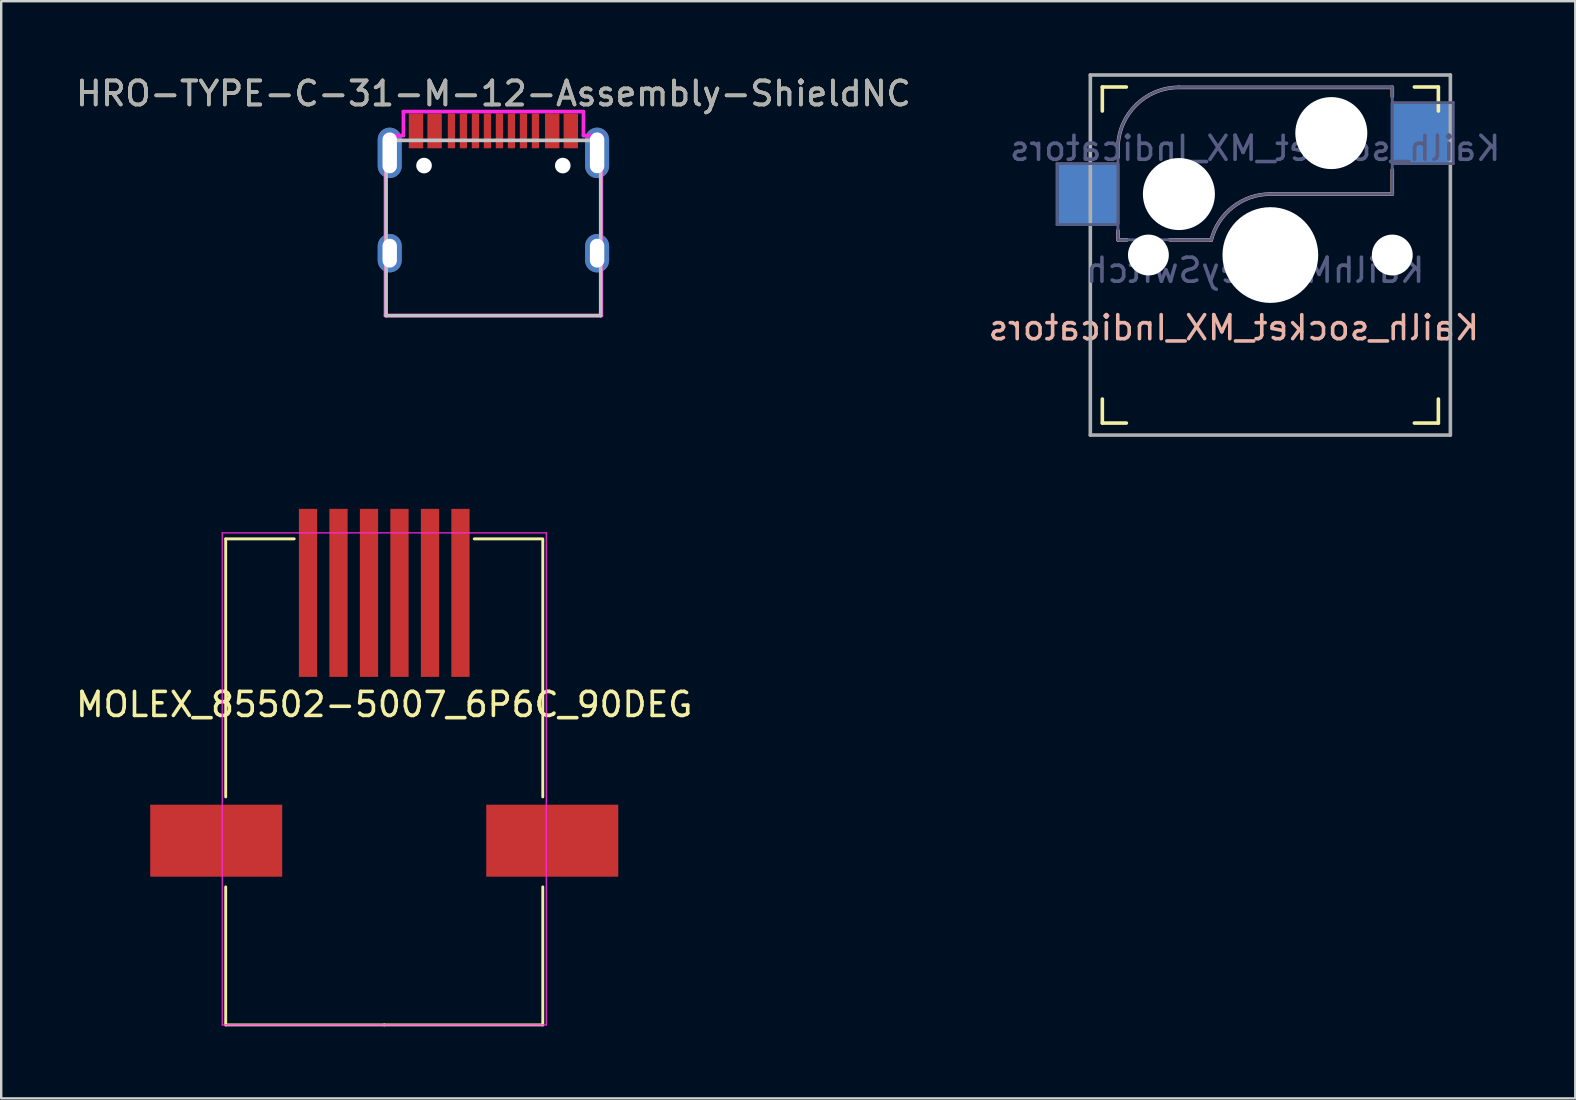
<source format=kicad_pcb>
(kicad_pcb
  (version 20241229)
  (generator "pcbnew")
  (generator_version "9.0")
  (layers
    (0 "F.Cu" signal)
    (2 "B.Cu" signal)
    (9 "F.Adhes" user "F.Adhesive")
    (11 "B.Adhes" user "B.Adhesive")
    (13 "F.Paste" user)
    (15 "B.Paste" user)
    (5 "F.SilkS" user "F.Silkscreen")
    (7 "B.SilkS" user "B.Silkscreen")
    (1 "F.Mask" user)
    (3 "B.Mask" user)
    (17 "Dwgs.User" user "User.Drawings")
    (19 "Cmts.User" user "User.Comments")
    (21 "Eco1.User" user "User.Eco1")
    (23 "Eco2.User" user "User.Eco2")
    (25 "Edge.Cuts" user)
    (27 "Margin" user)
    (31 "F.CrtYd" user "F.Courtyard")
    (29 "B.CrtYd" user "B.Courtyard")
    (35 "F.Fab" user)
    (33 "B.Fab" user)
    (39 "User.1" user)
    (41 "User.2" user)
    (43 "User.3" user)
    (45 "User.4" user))
  (footprint "MOLEX_85502-5007_6P6C_90DEG"
    (layer "F.Cu")
    (at 12.958 21.65)
    (property "Reference" "MOLEX_85502-5007_6P6C_90DEG" (at 0 4.65 0) (layer "F.SilkS") (effects (font (size 1 1) (thickness 0.15))))
    (attr through_hole)
    (fp_line (start -6.605 -2.25) (end -6.605 8.5) (stroke (width 0.12) (type solid)) (layer "F.SilkS"))
    (fp_line (start -6.605 12.25) (end -6.605 18) (stroke (width 0.12) (type solid)) (layer "F.SilkS"))
    (fp_line (start -3.75 -2.25) (end -6.605 -2.25) (stroke (width 0.12) (type solid)) (layer "F.SilkS"))
    (fp_line (start 0 18) (end -6.605 18) (stroke (width 0.12) (type solid)) (layer "F.SilkS"))
    (fp_line (start 0 18) (end 6.605 18) (stroke (width 0.12) (type solid)) (layer "F.SilkS"))
    (fp_line (start 3.75 -2.25) (end 6.553 -2.25) (stroke (width 0.12) (type solid)) (layer "F.SilkS"))
    (fp_line (start 6.605 -2.25) (end 6.605 8.5) (stroke (width 0.12) (type solid)) (layer "F.SilkS"))
    (fp_line (start 6.605 12.25) (end 6.605 18) (stroke (width 0.12) (type solid)) (layer "F.SilkS"))
    (fp_line (start -6.75 -2.5) (end -6.75 18) (stroke (width 0.05) (type solid)) (layer "F.CrtYd"))
    (fp_line (start -6.75 -2.5) (end 6.75 -2.5) (stroke (width 0.05) (type solid)) (layer "F.CrtYd"))
    (fp_line (start -6.75 18) (end 6.75 18) (stroke (width 0.05) (type solid)) (layer "F.CrtYd"))
    (fp_line (start 6.75 -2.5) (end 6.75 18) (stroke (width 0.05) (type solid)) (layer "F.CrtYd"))
    (pad "0" smd rect (at -7 10.325) (size 5.5 3) (layers "F.Cu" "F.Mask" "F.Paste"))
    (pad "0" smd rect (at 7 10.325) (size 5.5 3) (layers "F.Cu" "F.Mask" "F.Paste"))
    (pad "1" smd rect (at -3.175 0) (size 0.76 7) (layers "F.Cu" "F.Mask" "F.Paste"))
    (pad "2" smd rect (at -1.905 0) (size 0.76 7) (layers "F.Cu" "F.Mask" "F.Paste"))
    (pad "3" smd rect (at -0.635 0) (size 0.76 7) (layers "F.Cu" "F.Mask" "F.Paste"))
    (pad "4" smd rect (at 0.635 0) (size 0.76 7) (layers "F.Cu" "F.Mask" "F.Paste"))
    (pad "5" smd rect (at 1.905 0) (size 0.76 7) (layers "F.Cu" "F.Mask" "F.Paste"))
    (pad "6" smd rect (at 3.175 0) (size 0.76 7) (layers "F.Cu" "F.Mask" "F.Paste")))
  (footprint "Kailh_socket_MX_Indicators"
    (layer "F.Cu")
    (at 49.875 7.575)
    (property "Reference" "Kailh_socket_MX_Indicators" (at -1.524 3.029 0) (layer "B.SilkS") (effects (font (size 1 1) (thickness 0.15)) (justify mirror)))
    (property "Value" "KailhMX KeySwitch" (at 0 8.255 0) (layer "F.Fab") (hide yes) (effects (font (size 1 1) (thickness 0.15))))
    (attr smd)
    (fp_line (start -7 -6) (end -7 -7) (stroke (width 0.15) (type solid)) (layer "F.SilkS"))
    (fp_line (start -7 7) (end -7 6) (stroke (width 0.15) (type solid)) (layer "F.SilkS"))
    (fp_line (start -7 7) (end -6 7) (stroke (width 0.15) (type solid)) (layer "F.SilkS"))
    (fp_line (start -6 -7) (end -7 -7) (stroke (width 0.15) (type solid)) (layer "F.SilkS"))
    (fp_line (start 6 7) (end 7 7) (stroke (width 0.15) (type solid)) (layer "F.SilkS"))
    (fp_line (start 7 -7) (end 6 -7) (stroke (width 0.15) (type solid)) (layer "F.SilkS"))
    (fp_line (start 7 -7) (end 7 -6) (stroke (width 0.15) (type solid)) (layer "F.SilkS"))
    (fp_line (start 7 6) (end 7 7) (stroke (width 0.15) (type solid)) (layer "F.SilkS"))
    (fp_line (start -6.35 -4.445) (end -6.35 -4.064) (stroke (width 0.15) (type solid)) (layer "B.SilkS"))
    (fp_line (start -6.35 -1.016) (end -6.35 -0.635) (stroke (width 0.15) (type solid)) (layer "B.SilkS"))
    (fp_line (start -5.969 -0.635) (end -6.35 -0.635) (stroke (width 0.15) (type solid)) (layer "B.SilkS"))
    (fp_line (start -3.81 -6.985) (end 5.08 -6.985) (stroke (width 0.15) (type solid)) (layer "B.SilkS"))
    (fp_line (start -2.464 -0.635) (end -4.191 -0.635) (stroke (width 0.15) (type solid)) (layer "B.SilkS"))
    (fp_line (start 5.08 -6.985) (end 5.08 -6.604) (stroke (width 0.15) (type solid)) (layer "B.SilkS"))
    (fp_line (start 5.08 -3.556) (end 5.08 -2.54) (stroke (width 0.15) (type solid)) (layer "B.SilkS"))
    (fp_line (start 5.08 -2.54) (end 0 -2.54) (stroke (width 0.15) (type solid)) (layer "B.SilkS"))
    (fp_arc (start -6.35 -4.445) (mid -5.606051 -6.241051) (end -3.81 -6.985) (stroke (width 0.15) (type solid)) (layer "B.SilkS"))
    (fp_arc (start -2.464162 -0.61604) (mid -1.563147 -2.002042) (end 0 -2.54) (stroke (width 0.15) (type solid)) (layer "B.SilkS"))
    (fp_line (start -6.9 6.9) (end -6.9 -6.9) (stroke (width 0.15) (type solid)) (layer "Eco2.User"))
    (fp_line (start -6.9 6.9) (end 6.9 6.9) (stroke (width 0.15) (type solid)) (layer "Eco2.User"))
    (fp_line (start 6.9 -6.9) (end -6.9 -6.9) (stroke (width 0.15) (type solid)) (layer "Eco2.User"))
    (fp_line (start 6.9 -6.9) (end 6.9 6.9) (stroke (width 0.15) (type solid)) (layer "Eco2.User"))
    (fp_line (start -8.89 -3.81) (end -6.35 -3.81) (stroke (width 0.12) (type solid)) (layer "B.Fab"))
    (fp_line (start -8.89 -1.27) (end -8.89 -3.81) (stroke (width 0.12) (type solid)) (layer "B.Fab"))
    (fp_line (start -6.35 -1.27) (end -8.89 -1.27) (stroke (width 0.12) (type solid)) (layer "B.Fab"))
    (fp_line (start -6.35 -0.635) (end -6.35 -4.445) (stroke (width 0.12) (type solid)) (layer "B.Fab"))
    (fp_line (start -6.35 -0.635) (end -2.54 -0.635) (stroke (width 0.12) (type solid)) (layer "B.Fab"))
    (fp_line (start -3.81 -6.985) (end 5.08 -6.985) (stroke (width 0.12) (type solid)) (layer "B.Fab"))
    (fp_line (start 5.08 -6.985) (end 5.08 -2.54) (stroke (width 0.12) (type solid)) (layer "B.Fab"))
    (fp_line (start 5.08 -6.35) (end 7.62 -6.35) (stroke (width 0.12) (type solid)) (layer "B.Fab"))
    (fp_line (start 5.08 -2.54) (end 0 -2.54) (stroke (width 0.12) (type solid)) (layer "B.Fab"))
    (fp_line (start 7.62 -6.35) (end 7.62 -3.81) (stroke (width 0.12) (type solid)) (layer "B.Fab"))
    (fp_line (start 7.62 -3.81) (end 5.08 -3.81) (stroke (width 0.12) (type solid)) (layer "B.Fab"))
    (fp_arc (start -6.35 -4.445) (mid -5.606051 -6.241051) (end -3.81 -6.985) (stroke (width 0.12) (type solid)) (layer "B.Fab"))
    (fp_arc (start -2.464162 -0.61604) (mid -1.563147 -2.002042) (end 0 -2.54) (stroke (width 0.12) (type solid)) (layer "B.Fab"))
    (fp_line (start -7.5 -7.5) (end 7.5 -7.5) (stroke (width 0.15) (type solid)) (layer "F.Fab"))
    (fp_line (start -7.5 7.5) (end -7.5 -7.5) (stroke (width 0.15) (type solid)) (layer "F.Fab"))
    (fp_line (start 7.5 -7.5) (end 7.5 7.5) (stroke (width 0.15) (type solid)) (layer "F.Fab"))
    (fp_line (start 7.5 7.5) (end -7.5 7.5) (stroke (width 0.15) (type solid)) (layer "F.Fab"))
    (fp_text user "${REFERENCE}" (at -0.635 -4.445 0) (layer "B.Fab") (effects (font (size 1 1) (thickness 0.15)) (justify mirror)))
    (fp_text user "${VALUE}" (at -0.635 0.635 0) (layer "B.Fab") (effects (font (size 1 1) (thickness 0.15)) (justify mirror)))
    (pad "" np_thru_hole circle (at -5.08 0) (size 1.702 1.702) (drill 1.702) (layers "*.Cu" "*.Mask"))
    (pad "" np_thru_hole circle (at -3.81 -2.54) (size 3 3) (drill 3) (layers "*.Cu" "*.Mask"))
    (pad "" np_thru_hole circle (at 0 0) (size 3.988 3.988) (drill 3.988) (layers "*.Cu" "*.Mask"))
    (pad "" np_thru_hole circle (at 2.54 -5.08) (size 3 3) (drill 3) (layers "*.Cu" "*.Mask"))
    (pad "" np_thru_hole circle (at 5.08 0) (size 1.702 1.702) (drill 1.702) (layers "*.Cu" "*.Mask"))
    (pad "1" smd rect (at 6.29 -5.08) (size 2.55 2.5) (layers "B.Cu" "B.Mask" "B.Paste"))
    (pad "2" smd rect (at -7.56 -2.54) (size 2.55 2.5) (layers "B.Cu" "B.Mask" "B.Paste")))
  (footprint "HRO-TYPE-C-31-M-12-Assembly-ShieldNC"
    (layer "F.Cu")
    (at 17.506 10.098)
    (property "Reference" "HRO-TYPE-C-31-M-12-Assembly-ShieldNC" (at 0 -9.25 0) (layer "F.SilkS") (effects (font (size 1 1) (thickness 0.15))))
    (attr smd)
    (fp_line (start -4.47 -7.3) (end 4.47 -7.3) (stroke (width 0.15) (type solid)) (layer "Dwgs.User"))
    (fp_line (start -4.47 0) (end -4.47 -7.3) (stroke (width 0.15) (type solid)) (layer "Dwgs.User"))
    (fp_line (start -4.47 0) (end 4.47 0) (stroke (width 0.15) (type solid)) (layer "Dwgs.User"))
    (fp_line (start 4.47 0) (end 4.47 -7.3) (stroke (width 0.15) (type solid)) (layer "Dwgs.User"))
    (fp_line (start -4.5 -7.5) (end -3.75 -7.5) (stroke (width 0.15) (type solid)) (layer "F.CrtYd"))
    (fp_line (start -4.5 0) (end -4.5 -7.5) (stroke (width 0.15) (type solid)) (layer "F.CrtYd"))
    (fp_line (start -3.75 -8.5) (end 3.75 -8.5) (stroke (width 0.15) (type solid)) (layer "F.CrtYd"))
    (fp_line (start -3.75 -7.5) (end -3.75 -8.5) (stroke (width 0.15) (type solid)) (layer "F.CrtYd"))
    (fp_line (start 3.75 -8.5) (end 3.75 -7.5) (stroke (width 0.15) (type solid)) (layer "F.CrtYd"))
    (fp_line (start 3.75 -7.5) (end 4.5 -7.5) (stroke (width 0.15) (type solid)) (layer "F.CrtYd"))
    (fp_line (start 4.5 -7.5) (end 4.5 0) (stroke (width 0.15) (type solid)) (layer "F.CrtYd"))
    (fp_line (start 4.5 0) (end -4.5 0) (stroke (width 0.15) (type solid)) (layer "F.CrtYd"))
    (fp_text user "${REFERENCE}" (at 0 -9.25 0) (layer "F.Fab") (effects (font (size 1 1) (thickness 0.15))))
    (pad "" np_thru_hole circle (at -2.89 -6.25) (size 0.65 0.65) (drill 0.65) (layers "*.Cu" "*.Mask"))
    (pad "" np_thru_hole circle (at 2.89 -6.25) (size 0.65 0.65) (drill 0.65) (layers "*.Cu" "*.Mask"))
    (pad "0" thru_hole oval (at -4.32 -6.78) (size 1 2.1) (drill oval 0.6 1.7) (layers "*.Cu" "*.Mask"))
    (pad "0" thru_hole oval (at -4.32 -2.6) (size 1 1.6) (drill oval 0.6 1.2) (layers "*.Cu" "*.Mask"))
    (pad "0" thru_hole oval (at 4.32 -6.78) (size 1 2.1) (drill oval 0.6 1.7) (layers "*.Cu" "*.Mask"))
    (pad "0" thru_hole oval (at 4.32 -2.6) (size 1 1.6) (drill oval 0.6 1.2) (layers "*.Cu" "*.Mask"))
    (pad "1" smd rect (at -3.225 -7.695) (size 0.6 1.45) (layers "F.Cu" "F.Mask" "F.Paste"))
    (pad "2" smd rect (at -2.45 -7.695) (size 0.6 1.45) (layers "F.Cu" "F.Mask" "F.Paste"))
    (pad "3" smd rect (at -1.75 -7.695) (size 0.3 1.45) (layers "F.Cu" "F.Mask" "F.Paste"))
    (pad "4" smd rect (at -1.25 -7.695) (size 0.3 1.45) (layers "F.Cu" "F.Mask" "F.Paste"))
    (pad "5" smd rect (at -0.75 -7.695) (size 0.3 1.45) (layers "F.Cu" "F.Mask" "F.Paste"))
    (pad "6" smd rect (at -0.25 -7.695) (size 0.3 1.45) (layers "F.Cu" "F.Mask" "F.Paste"))
    (pad "7" smd rect (at 0.25 -7.695) (size 0.3 1.45) (layers "F.Cu" "F.Mask" "F.Paste"))
    (pad "8" smd rect (at 0.75 -7.695) (size 0.3 1.45) (layers "F.Cu" "F.Mask" "F.Paste"))
    (pad "9" smd rect (at 1.25 -7.695) (size 0.3 1.45) (layers "F.Cu" "F.Mask" "F.Paste"))
    (pad "10" smd rect (at 1.75 -7.695) (size 0.3 1.45) (layers "F.Cu" "F.Mask" "F.Paste"))
    (pad "11" smd rect (at 2.45 -7.695) (size 0.6 1.45) (layers "F.Cu" "F.Mask" "F.Paste"))
    (pad "12" smd rect (at 3.225 -7.695) (size 0.6 1.45) (layers "F.Cu" "F.Mask" "F.Paste")))
  (gr_rect
    (start -3 -3)
    (end 62.579 42.71)
    (stroke (width 0.1) (type default))
    (fill no)
    (layer "Edge.Cuts")))
</source>
